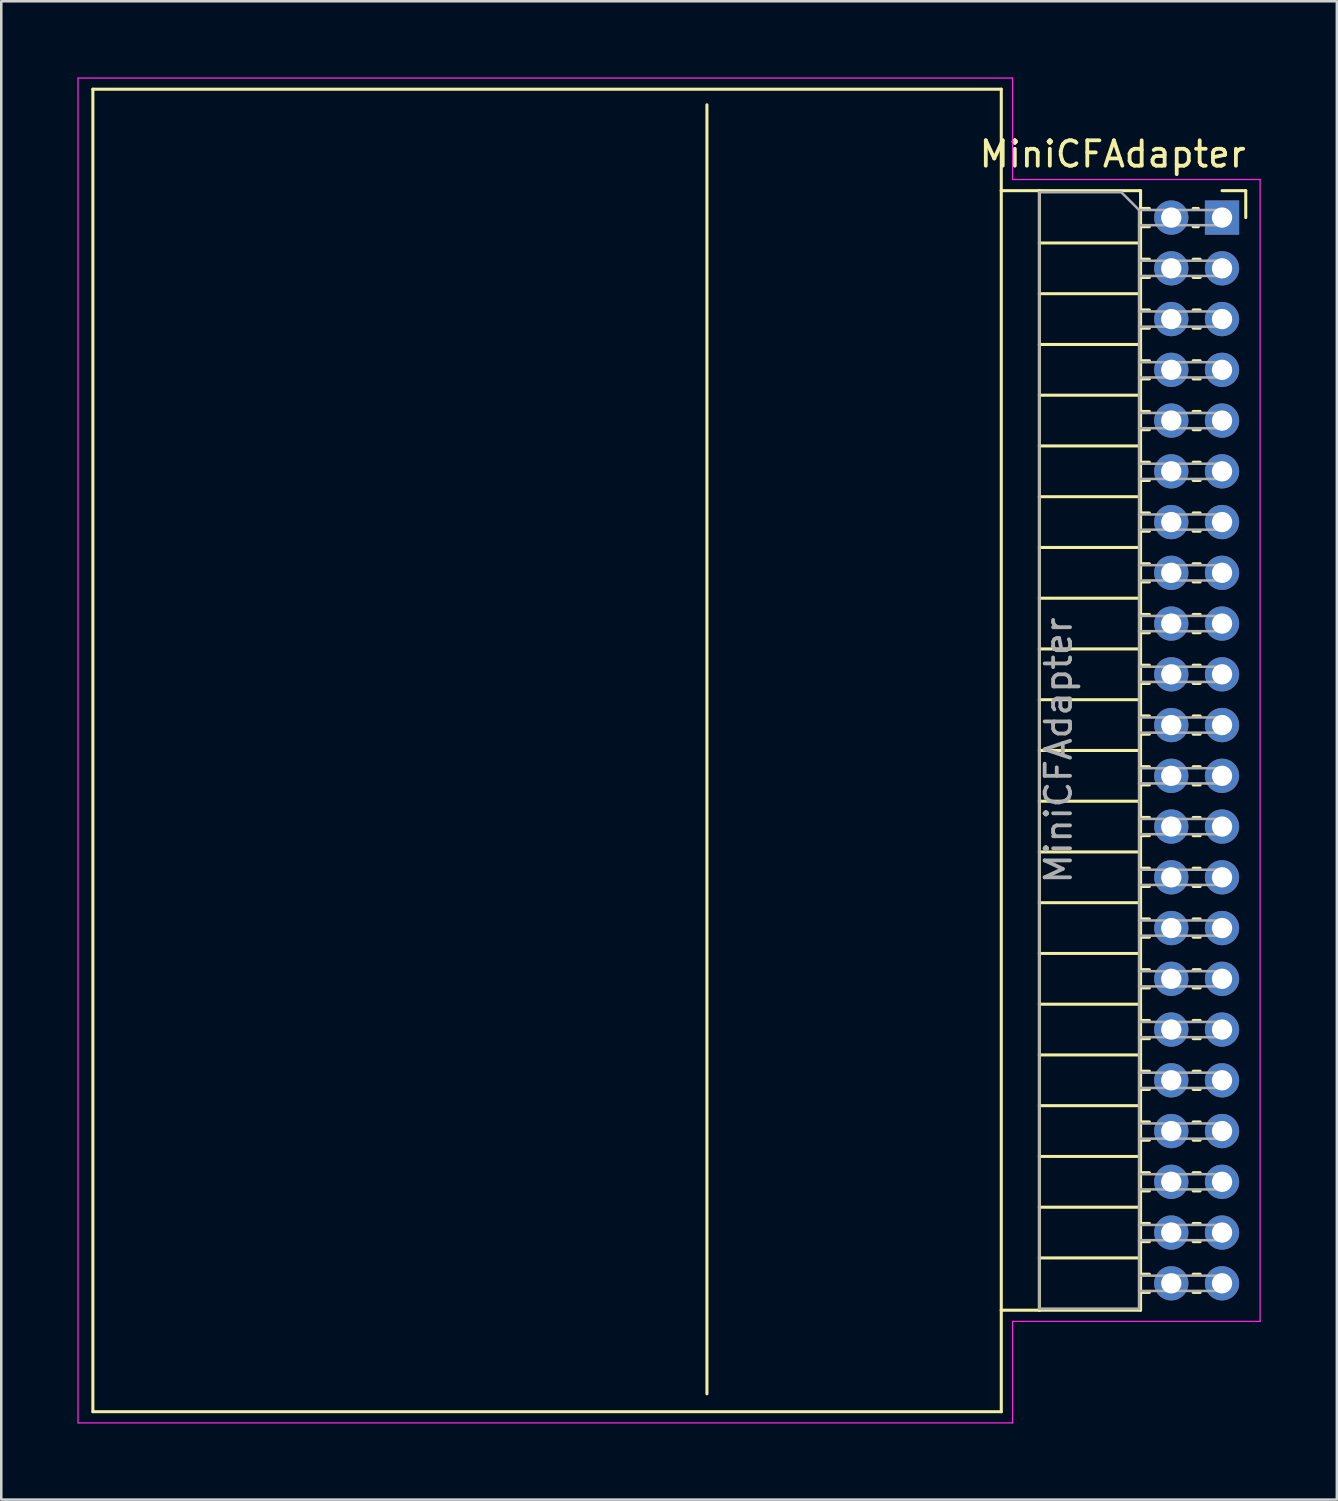
<source format=kicad_pcb>
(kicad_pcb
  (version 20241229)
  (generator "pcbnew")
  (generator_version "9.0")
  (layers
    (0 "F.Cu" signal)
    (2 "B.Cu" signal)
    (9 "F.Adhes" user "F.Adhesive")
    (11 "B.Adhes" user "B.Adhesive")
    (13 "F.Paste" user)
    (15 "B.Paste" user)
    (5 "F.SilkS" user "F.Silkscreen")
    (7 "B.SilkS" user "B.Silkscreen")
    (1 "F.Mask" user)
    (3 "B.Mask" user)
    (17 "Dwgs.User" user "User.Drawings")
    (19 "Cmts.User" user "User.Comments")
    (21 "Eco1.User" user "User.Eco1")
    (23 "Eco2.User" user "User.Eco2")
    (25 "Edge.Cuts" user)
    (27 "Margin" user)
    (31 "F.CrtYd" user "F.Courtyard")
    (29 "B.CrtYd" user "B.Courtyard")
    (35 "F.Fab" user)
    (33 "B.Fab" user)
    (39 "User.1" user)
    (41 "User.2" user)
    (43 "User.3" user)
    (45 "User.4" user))
  (footprint "MiniCFAdapter"
    (layer "F.Cu")
    (at 45.11 5.525)
    (property "Reference" "MiniCFAdapter" (at -4.31 -2.5 0) (layer "F.SilkS") (effects (font (size 1 1) (thickness 0.15))))
    (attr through_hole)
    (fp_line (start -44.5 47.06) (end -44.5 -5.06) (stroke (width 0.12) (type solid)) (layer "F.SilkS"))
    (fp_line (start -20.3 46.355) (end -20.3 -4.445) (stroke (width 0.12) (type solid)) (layer "F.SilkS"))
    (fp_line (start -8.7 -5.06) (end -44.5 -5.06) (stroke (width 0.12) (type solid)) (layer "F.SilkS"))
    (fp_line (start -8.7 -1.06) (end -8.7 -5.06) (stroke (width 0.12) (type solid)) (layer "F.SilkS"))
    (fp_line (start -8.7 -1.06) (end -8.7 43.06) (stroke (width 0.12) (type solid)) (layer "F.SilkS"))
    (fp_line (start -8.7 43.06) (end -8.7 47.06) (stroke (width 0.12) (type solid)) (layer "F.SilkS"))
    (fp_line (start -8.7 47.06) (end -44.5 47.06) (stroke (width 0.12) (type solid)) (layer "F.SilkS"))
    (fp_line (start -7.2 -1.06) (end -8.7 -1.06) (stroke (width 0.12) (type solid)) (layer "F.SilkS"))
    (fp_line (start -7.2 -1.06) (end -7.2 43.06) (stroke (width 0.12) (type solid)) (layer "F.SilkS"))
    (fp_line (start -7.2 -1.06) (end -3.21 -1.06) (stroke (width 0.12) (type solid)) (layer "F.SilkS"))
    (fp_line (start -7.2 1) (end -3.21 1) (stroke (width 0.12) (type solid)) (layer "F.SilkS"))
    (fp_line (start -7.2 3) (end -3.21 3) (stroke (width 0.12) (type solid)) (layer "F.SilkS"))
    (fp_line (start -7.2 5) (end -3.21 5) (stroke (width 0.12) (type solid)) (layer "F.SilkS"))
    (fp_line (start -7.2 7) (end -3.21 7) (stroke (width 0.12) (type solid)) (layer "F.SilkS"))
    (fp_line (start -7.2 9) (end -3.21 9) (stroke (width 0.12) (type solid)) (layer "F.SilkS"))
    (fp_line (start -7.2 11) (end -3.21 11) (stroke (width 0.12) (type solid)) (layer "F.SilkS"))
    (fp_line (start -7.2 13) (end -3.21 13) (stroke (width 0.12) (type solid)) (layer "F.SilkS"))
    (fp_line (start -7.2 15) (end -3.21 15) (stroke (width 0.12) (type solid)) (layer "F.SilkS"))
    (fp_line (start -7.2 17) (end -3.21 17) (stroke (width 0.12) (type solid)) (layer "F.SilkS"))
    (fp_line (start -7.2 19) (end -3.21 19) (stroke (width 0.12) (type solid)) (layer "F.SilkS"))
    (fp_line (start -7.2 21) (end -3.21 21) (stroke (width 0.12) (type solid)) (layer "F.SilkS"))
    (fp_line (start -7.2 23) (end -3.21 23) (stroke (width 0.12) (type solid)) (layer "F.SilkS"))
    (fp_line (start -7.2 25) (end -3.21 25) (stroke (width 0.12) (type solid)) (layer "F.SilkS"))
    (fp_line (start -7.2 27) (end -3.21 27) (stroke (width 0.12) (type solid)) (layer "F.SilkS"))
    (fp_line (start -7.2 29) (end -3.21 29) (stroke (width 0.12) (type solid)) (layer "F.SilkS"))
    (fp_line (start -7.2 31) (end -3.21 31) (stroke (width 0.12) (type solid)) (layer "F.SilkS"))
    (fp_line (start -7.2 33) (end -3.21 33) (stroke (width 0.12) (type solid)) (layer "F.SilkS"))
    (fp_line (start -7.2 35) (end -3.21 35) (stroke (width 0.12) (type solid)) (layer "F.SilkS"))
    (fp_line (start -7.2 37) (end -3.21 37) (stroke (width 0.12) (type solid)) (layer "F.SilkS"))
    (fp_line (start -7.2 39) (end -3.21 39) (stroke (width 0.12) (type solid)) (layer "F.SilkS"))
    (fp_line (start -7.2 41) (end -3.21 41) (stroke (width 0.12) (type solid)) (layer "F.SilkS"))
    (fp_line (start -7.2 43.06) (end -8.7 43.06) (stroke (width 0.12) (type solid)) (layer "F.SilkS"))
    (fp_line (start -7.2 43.06) (end -3.21 43.06) (stroke (width 0.12) (type solid)) (layer "F.SilkS"))
    (fp_line (start -3.21 -1.06) (end -3.21 43.06) (stroke (width 0.12) (type solid)) (layer "F.SilkS"))
    (fp_line (start -3.21 -0.36) (end -2.863 -0.36) (stroke (width 0.12) (type solid)) (layer "F.SilkS"))
    (fp_line (start -3.21 0.36) (end -2.863 0.36) (stroke (width 0.12) (type solid)) (layer "F.SilkS"))
    (fp_line (start -3.21 1.64) (end -2.863 1.64) (stroke (width 0.12) (type solid)) (layer "F.SilkS"))
    (fp_line (start -3.21 2.36) (end -2.863 2.36) (stroke (width 0.12) (type solid)) (layer "F.SilkS"))
    (fp_line (start -3.21 3.64) (end -2.863 3.64) (stroke (width 0.12) (type solid)) (layer "F.SilkS"))
    (fp_line (start -3.21 4.36) (end -2.863 4.36) (stroke (width 0.12) (type solid)) (layer "F.SilkS"))
    (fp_line (start -3.21 5.64) (end -2.863 5.64) (stroke (width 0.12) (type solid)) (layer "F.SilkS"))
    (fp_line (start -3.21 6.36) (end -2.863 6.36) (stroke (width 0.12) (type solid)) (layer "F.SilkS"))
    (fp_line (start -3.21 7.64) (end -2.863 7.64) (stroke (width 0.12) (type solid)) (layer "F.SilkS"))
    (fp_line (start -3.21 8.36) (end -2.863 8.36) (stroke (width 0.12) (type solid)) (layer "F.SilkS"))
    (fp_line (start -3.21 9.64) (end -2.863 9.64) (stroke (width 0.12) (type solid)) (layer "F.SilkS"))
    (fp_line (start -3.21 10.36) (end -2.863 10.36) (stroke (width 0.12) (type solid)) (layer "F.SilkS"))
    (fp_line (start -3.21 11.64) (end -2.863 11.64) (stroke (width 0.12) (type solid)) (layer "F.SilkS"))
    (fp_line (start -3.21 12.36) (end -2.863 12.36) (stroke (width 0.12) (type solid)) (layer "F.SilkS"))
    (fp_line (start -3.21 13.64) (end -2.863 13.64) (stroke (width 0.12) (type solid)) (layer "F.SilkS"))
    (fp_line (start -3.21 14.36) (end -2.863 14.36) (stroke (width 0.12) (type solid)) (layer "F.SilkS"))
    (fp_line (start -3.21 15.64) (end -2.863 15.64) (stroke (width 0.12) (type solid)) (layer "F.SilkS"))
    (fp_line (start -3.21 16.36) (end -2.863 16.36) (stroke (width 0.12) (type solid)) (layer "F.SilkS"))
    (fp_line (start -3.21 17.64) (end -2.863 17.64) (stroke (width 0.12) (type solid)) (layer "F.SilkS"))
    (fp_line (start -3.21 18.36) (end -2.863 18.36) (stroke (width 0.12) (type solid)) (layer "F.SilkS"))
    (fp_line (start -3.21 19.64) (end -2.863 19.64) (stroke (width 0.12) (type solid)) (layer "F.SilkS"))
    (fp_line (start -3.21 20.36) (end -2.863 20.36) (stroke (width 0.12) (type solid)) (layer "F.SilkS"))
    (fp_line (start -3.21 21.64) (end -2.863 21.64) (stroke (width 0.12) (type solid)) (layer "F.SilkS"))
    (fp_line (start -3.21 22.36) (end -2.863 22.36) (stroke (width 0.12) (type solid)) (layer "F.SilkS"))
    (fp_line (start -3.21 23.64) (end -2.863 23.64) (stroke (width 0.12) (type solid)) (layer "F.SilkS"))
    (fp_line (start -3.21 24.36) (end -2.863 24.36) (stroke (width 0.12) (type solid)) (layer "F.SilkS"))
    (fp_line (start -3.21 25.64) (end -2.863 25.64) (stroke (width 0.12) (type solid)) (layer "F.SilkS"))
    (fp_line (start -3.21 26.36) (end -2.863 26.36) (stroke (width 0.12) (type solid)) (layer "F.SilkS"))
    (fp_line (start -3.21 27.64) (end -2.863 27.64) (stroke (width 0.12) (type solid)) (layer "F.SilkS"))
    (fp_line (start -3.21 28.36) (end -2.863 28.36) (stroke (width 0.12) (type solid)) (layer "F.SilkS"))
    (fp_line (start -3.21 29.64) (end -2.863 29.64) (stroke (width 0.12) (type solid)) (layer "F.SilkS"))
    (fp_line (start -3.21 30.36) (end -2.863 30.36) (stroke (width 0.12) (type solid)) (layer "F.SilkS"))
    (fp_line (start -3.21 31.64) (end -2.863 31.64) (stroke (width 0.12) (type solid)) (layer "F.SilkS"))
    (fp_line (start -3.21 32.36) (end -2.863 32.36) (stroke (width 0.12) (type solid)) (layer "F.SilkS"))
    (fp_line (start -3.21 33.64) (end -2.863 33.64) (stroke (width 0.12) (type solid)) (layer "F.SilkS"))
    (fp_line (start -3.21 34.36) (end -2.863 34.36) (stroke (width 0.12) (type solid)) (layer "F.SilkS"))
    (fp_line (start -3.21 35.64) (end -2.863 35.64) (stroke (width 0.12) (type solid)) (layer "F.SilkS"))
    (fp_line (start -3.21 36.36) (end -2.863 36.36) (stroke (width 0.12) (type solid)) (layer "F.SilkS"))
    (fp_line (start -3.21 37.64) (end -2.863 37.64) (stroke (width 0.12) (type solid)) (layer "F.SilkS"))
    (fp_line (start -3.21 38.36) (end -2.863 38.36) (stroke (width 0.12) (type solid)) (layer "F.SilkS"))
    (fp_line (start -3.21 39.64) (end -2.863 39.64) (stroke (width 0.12) (type solid)) (layer "F.SilkS"))
    (fp_line (start -3.21 40.36) (end -2.863 40.36) (stroke (width 0.12) (type solid)) (layer "F.SilkS"))
    (fp_line (start -3.21 41.64) (end -2.863 41.64) (stroke (width 0.12) (type solid)) (layer "F.SilkS"))
    (fp_line (start -3.21 42.36) (end -2.863 42.36) (stroke (width 0.12) (type solid)) (layer "F.SilkS"))
    (fp_line (start -1.137 -0.36) (end -0.935 -0.36) (stroke (width 0.12) (type solid)) (layer "F.SilkS"))
    (fp_line (start -1.137 0.36) (end -0.935 0.36) (stroke (width 0.12) (type solid)) (layer "F.SilkS"))
    (fp_line (start -1.137 1.64) (end -0.863 1.64) (stroke (width 0.12) (type solid)) (layer "F.SilkS"))
    (fp_line (start -1.137 2.36) (end -0.863 2.36) (stroke (width 0.12) (type solid)) (layer "F.SilkS"))
    (fp_line (start -1.137 3.64) (end -0.863 3.64) (stroke (width 0.12) (type solid)) (layer "F.SilkS"))
    (fp_line (start -1.137 4.36) (end -0.863 4.36) (stroke (width 0.12) (type solid)) (layer "F.SilkS"))
    (fp_line (start -1.137 5.64) (end -0.863 5.64) (stroke (width 0.12) (type solid)) (layer "F.SilkS"))
    (fp_line (start -1.137 6.36) (end -0.863 6.36) (stroke (width 0.12) (type solid)) (layer "F.SilkS"))
    (fp_line (start -1.137 7.64) (end -0.863 7.64) (stroke (width 0.12) (type solid)) (layer "F.SilkS"))
    (fp_line (start -1.137 8.36) (end -0.863 8.36) (stroke (width 0.12) (type solid)) (layer "F.SilkS"))
    (fp_line (start -1.137 9.64) (end -0.863 9.64) (stroke (width 0.12) (type solid)) (layer "F.SilkS"))
    (fp_line (start -1.137 10.36) (end -0.863 10.36) (stroke (width 0.12) (type solid)) (layer "F.SilkS"))
    (fp_line (start -1.137 11.64) (end -0.863 11.64) (stroke (width 0.12) (type solid)) (layer "F.SilkS"))
    (fp_line (start -1.137 12.36) (end -0.863 12.36) (stroke (width 0.12) (type solid)) (layer "F.SilkS"))
    (fp_line (start -1.137 13.64) (end -0.863 13.64) (stroke (width 0.12) (type solid)) (layer "F.SilkS"))
    (fp_line (start -1.137 14.36) (end -0.863 14.36) (stroke (width 0.12) (type solid)) (layer "F.SilkS"))
    (fp_line (start -1.137 15.64) (end -0.863 15.64) (stroke (width 0.12) (type solid)) (layer "F.SilkS"))
    (fp_line (start -1.137 16.36) (end -0.863 16.36) (stroke (width 0.12) (type solid)) (layer "F.SilkS"))
    (fp_line (start -1.137 17.64) (end -0.863 17.64) (stroke (width 0.12) (type solid)) (layer "F.SilkS"))
    (fp_line (start -1.137 18.36) (end -0.863 18.36) (stroke (width 0.12) (type solid)) (layer "F.SilkS"))
    (fp_line (start -1.137 19.64) (end -0.863 19.64) (stroke (width 0.12) (type solid)) (layer "F.SilkS"))
    (fp_line (start -1.137 20.36) (end -0.863 20.36) (stroke (width 0.12) (type solid)) (layer "F.SilkS"))
    (fp_line (start -1.137 21.64) (end -0.863 21.64) (stroke (width 0.12) (type solid)) (layer "F.SilkS"))
    (fp_line (start -1.137 22.36) (end -0.863 22.36) (stroke (width 0.12) (type solid)) (layer "F.SilkS"))
    (fp_line (start -1.137 23.64) (end -0.863 23.64) (stroke (width 0.12) (type solid)) (layer "F.SilkS"))
    (fp_line (start -1.137 24.36) (end -0.863 24.36) (stroke (width 0.12) (type solid)) (layer "F.SilkS"))
    (fp_line (start -1.137 25.64) (end -0.863 25.64) (stroke (width 0.12) (type solid)) (layer "F.SilkS"))
    (fp_line (start -1.137 26.36) (end -0.863 26.36) (stroke (width 0.12) (type solid)) (layer "F.SilkS"))
    (fp_line (start -1.137 27.64) (end -0.863 27.64) (stroke (width 0.12) (type solid)) (layer "F.SilkS"))
    (fp_line (start -1.137 28.36) (end -0.863 28.36) (stroke (width 0.12) (type solid)) (layer "F.SilkS"))
    (fp_line (start -1.137 29.64) (end -0.863 29.64) (stroke (width 0.12) (type solid)) (layer "F.SilkS"))
    (fp_line (start -1.137 30.36) (end -0.863 30.36) (stroke (width 0.12) (type solid)) (layer "F.SilkS"))
    (fp_line (start -1.137 31.64) (end -0.863 31.64) (stroke (width 0.12) (type solid)) (layer "F.SilkS"))
    (fp_line (start -1.137 32.36) (end -0.863 32.36) (stroke (width 0.12) (type solid)) (layer "F.SilkS"))
    (fp_line (start -1.137 33.64) (end -0.863 33.64) (stroke (width 0.12) (type solid)) (layer "F.SilkS"))
    (fp_line (start -1.137 34.36) (end -0.863 34.36) (stroke (width 0.12) (type solid)) (layer "F.SilkS"))
    (fp_line (start -1.137 35.64) (end -0.863 35.64) (stroke (width 0.12) (type solid)) (layer "F.SilkS"))
    (fp_line (start -1.137 36.36) (end -0.863 36.36) (stroke (width 0.12) (type solid)) (layer "F.SilkS"))
    (fp_line (start -1.137 37.64) (end -0.863 37.64) (stroke (width 0.12) (type solid)) (layer "F.SilkS"))
    (fp_line (start -1.137 38.36) (end -0.863 38.36) (stroke (width 0.12) (type solid)) (layer "F.SilkS"))
    (fp_line (start -1.137 39.64) (end -0.863 39.64) (stroke (width 0.12) (type solid)) (layer "F.SilkS"))
    (fp_line (start -1.137 40.36) (end -0.863 40.36) (stroke (width 0.12) (type solid)) (layer "F.SilkS"))
    (fp_line (start -1.137 41.64) (end -0.863 41.64) (stroke (width 0.12) (type solid)) (layer "F.SilkS"))
    (fp_line (start -1.137 42.36) (end -0.863 42.36) (stroke (width 0.12) (type solid)) (layer "F.SilkS"))
    (fp_line (start 0 -1.06) (end 0.935 -1.06) (stroke (width 0.12) (type solid)) (layer "F.SilkS"))
    (fp_line (start 0.935 -1.06) (end 0.935 0) (stroke (width 0.12) (type solid)) (layer "F.SilkS"))
    (fp_line (start -45.085 -5.5) (end -45.085 47.5) (stroke (width 0.05) (type solid)) (layer "F.CrtYd"))
    (fp_line (start -45.085 47.5) (end -8.255 47.5) (stroke (width 0.05) (type solid)) (layer "F.CrtYd"))
    (fp_line (start -8.255 -5.5) (end -45.085 -5.5) (stroke (width 0.05) (type solid)) (layer "F.CrtYd"))
    (fp_line (start -8.255 -1.5) (end -8.255 -5.5) (stroke (width 0.05) (type solid)) (layer "F.CrtYd"))
    (fp_line (start -8.255 43.5) (end -8.255 47.5) (stroke (width 0.05) (type solid)) (layer "F.CrtYd"))
    (fp_line (start -8.255 43.5) (end 1.5 43.5) (stroke (width 0.05) (type solid)) (layer "F.CrtYd"))
    (fp_line (start 1.5 -1.5) (end -8.255 -1.5) (stroke (width 0.05) (type solid)) (layer "F.CrtYd"))
    (fp_line (start 1.5 43.5) (end 1.5 -1.5) (stroke (width 0.05) (type solid)) (layer "F.CrtYd"))
    (fp_line (start -7.2 -1) (end -3.97 -1) (stroke (width 0.1) (type solid)) (layer "F.Fab"))
    (fp_line (start -7.2 43) (end -7.2 -1) (stroke (width 0.1) (type solid)) (layer "F.Fab"))
    (fp_line (start -3.97 -1) (end -3.27 -0.3) (stroke (width 0.1) (type solid)) (layer "F.Fab"))
    (fp_line (start -3.27 -0.3) (end -3.27 43) (stroke (width 0.1) (type solid)) (layer "F.Fab"))
    (fp_line (start -3.27 0.3) (end 0 0.3) (stroke (width 0.1) (type solid)) (layer "F.Fab"))
    (fp_line (start -3.27 2.3) (end 0 2.3) (stroke (width 0.1) (type solid)) (layer "F.Fab"))
    (fp_line (start -3.27 4.3) (end 0 4.3) (stroke (width 0.1) (type solid)) (layer "F.Fab"))
    (fp_line (start -3.27 6.3) (end 0 6.3) (stroke (width 0.1) (type solid)) (layer "F.Fab"))
    (fp_line (start -3.27 8.3) (end 0 8.3) (stroke (width 0.1) (type solid)) (layer "F.Fab"))
    (fp_line (start -3.27 10.3) (end 0 10.3) (stroke (width 0.1) (type solid)) (layer "F.Fab"))
    (fp_line (start -3.27 12.3) (end 0 12.3) (stroke (width 0.1) (type solid)) (layer "F.Fab"))
    (fp_line (start -3.27 14.3) (end 0 14.3) (stroke (width 0.1) (type solid)) (layer "F.Fab"))
    (fp_line (start -3.27 16.3) (end 0 16.3) (stroke (width 0.1) (type solid)) (layer "F.Fab"))
    (fp_line (start -3.27 18.3) (end 0 18.3) (stroke (width 0.1) (type solid)) (layer "F.Fab"))
    (fp_line (start -3.27 20.3) (end 0 20.3) (stroke (width 0.1) (type solid)) (layer "F.Fab"))
    (fp_line (start -3.27 22.3) (end 0 22.3) (stroke (width 0.1) (type solid)) (layer "F.Fab"))
    (fp_line (start -3.27 24.3) (end 0 24.3) (stroke (width 0.1) (type solid)) (layer "F.Fab"))
    (fp_line (start -3.27 26.3) (end 0 26.3) (stroke (width 0.1) (type solid)) (layer "F.Fab"))
    (fp_line (start -3.27 28.3) (end 0 28.3) (stroke (width 0.1) (type solid)) (layer "F.Fab"))
    (fp_line (start -3.27 30.3) (end 0 30.3) (stroke (width 0.1) (type solid)) (layer "F.Fab"))
    (fp_line (start -3.27 32.3) (end 0 32.3) (stroke (width 0.1) (type solid)) (layer "F.Fab"))
    (fp_line (start -3.27 34.3) (end 0 34.3) (stroke (width 0.1) (type solid)) (layer "F.Fab"))
    (fp_line (start -3.27 36.3) (end 0 36.3) (stroke (width 0.1) (type solid)) (layer "F.Fab"))
    (fp_line (start -3.27 38.3) (end 0 38.3) (stroke (width 0.1) (type solid)) (layer "F.Fab"))
    (fp_line (start -3.27 40.3) (end 0 40.3) (stroke (width 0.1) (type solid)) (layer "F.Fab"))
    (fp_line (start -3.27 42.3) (end 0 42.3) (stroke (width 0.1) (type solid)) (layer "F.Fab"))
    (fp_line (start -3.27 43) (end -7.2 43) (stroke (width 0.1) (type solid)) (layer "F.Fab"))
    (fp_line (start 0 -0.3) (end -3.27 -0.3) (stroke (width 0.1) (type solid)) (layer "F.Fab"))
    (fp_line (start 0 0.3) (end 0 -0.3) (stroke (width 0.1) (type solid)) (layer "F.Fab"))
    (fp_line (start 0 1.7) (end -3.27 1.7) (stroke (width 0.1) (type solid)) (layer "F.Fab"))
    (fp_line (start 0 2.3) (end 0 1.7) (stroke (width 0.1) (type solid)) (layer "F.Fab"))
    (fp_line (start 0 3.7) (end -3.27 3.7) (stroke (width 0.1) (type solid)) (layer "F.Fab"))
    (fp_line (start 0 4.3) (end 0 3.7) (stroke (width 0.1) (type solid)) (layer "F.Fab"))
    (fp_line (start 0 5.7) (end -3.27 5.7) (stroke (width 0.1) (type solid)) (layer "F.Fab"))
    (fp_line (start 0 6.3) (end 0 5.7) (stroke (width 0.1) (type solid)) (layer "F.Fab"))
    (fp_line (start 0 7.7) (end -3.27 7.7) (stroke (width 0.1) (type solid)) (layer "F.Fab"))
    (fp_line (start 0 8.3) (end 0 7.7) (stroke (width 0.1) (type solid)) (layer "F.Fab"))
    (fp_line (start 0 9.7) (end -3.27 9.7) (stroke (width 0.1) (type solid)) (layer "F.Fab"))
    (fp_line (start 0 10.3) (end 0 9.7) (stroke (width 0.1) (type solid)) (layer "F.Fab"))
    (fp_line (start 0 11.7) (end -3.27 11.7) (stroke (width 0.1) (type solid)) (layer "F.Fab"))
    (fp_line (start 0 12.3) (end 0 11.7) (stroke (width 0.1) (type solid)) (layer "F.Fab"))
    (fp_line (start 0 13.7) (end -3.27 13.7) (stroke (width 0.1) (type solid)) (layer "F.Fab"))
    (fp_line (start 0 14.3) (end 0 13.7) (stroke (width 0.1) (type solid)) (layer "F.Fab"))
    (fp_line (start 0 15.7) (end -3.27 15.7) (stroke (width 0.1) (type solid)) (layer "F.Fab"))
    (fp_line (start 0 16.3) (end 0 15.7) (stroke (width 0.1) (type solid)) (layer "F.Fab"))
    (fp_line (start 0 17.7) (end -3.27 17.7) (stroke (width 0.1) (type solid)) (layer "F.Fab"))
    (fp_line (start 0 18.3) (end 0 17.7) (stroke (width 0.1) (type solid)) (layer "F.Fab"))
    (fp_line (start 0 19.7) (end -3.27 19.7) (stroke (width 0.1) (type solid)) (layer "F.Fab"))
    (fp_line (start 0 20.3) (end 0 19.7) (stroke (width 0.1) (type solid)) (layer "F.Fab"))
    (fp_line (start 0 21.7) (end -3.27 21.7) (stroke (width 0.1) (type solid)) (layer "F.Fab"))
    (fp_line (start 0 22.3) (end 0 21.7) (stroke (width 0.1) (type solid)) (layer "F.Fab"))
    (fp_line (start 0 23.7) (end -3.27 23.7) (stroke (width 0.1) (type solid)) (layer "F.Fab"))
    (fp_line (start 0 24.3) (end 0 23.7) (stroke (width 0.1) (type solid)) (layer "F.Fab"))
    (fp_line (start 0 25.7) (end -3.27 25.7) (stroke (width 0.1) (type solid)) (layer "F.Fab"))
    (fp_line (start 0 26.3) (end 0 25.7) (stroke (width 0.1) (type solid)) (layer "F.Fab"))
    (fp_line (start 0 27.7) (end -3.27 27.7) (stroke (width 0.1) (type solid)) (layer "F.Fab"))
    (fp_line (start 0 28.3) (end 0 27.7) (stroke (width 0.1) (type solid)) (layer "F.Fab"))
    (fp_line (start 0 29.7) (end -3.27 29.7) (stroke (width 0.1) (type solid)) (layer "F.Fab"))
    (fp_line (start 0 30.3) (end 0 29.7) (stroke (width 0.1) (type solid)) (layer "F.Fab"))
    (fp_line (start 0 31.7) (end -3.27 31.7) (stroke (width 0.1) (type solid)) (layer "F.Fab"))
    (fp_line (start 0 32.3) (end 0 31.7) (stroke (width 0.1) (type solid)) (layer "F.Fab"))
    (fp_line (start 0 33.7) (end -3.27 33.7) (stroke (width 0.1) (type solid)) (layer "F.Fab"))
    (fp_line (start 0 34.3) (end 0 33.7) (stroke (width 0.1) (type solid)) (layer "F.Fab"))
    (fp_line (start 0 35.7) (end -3.27 35.7) (stroke (width 0.1) (type solid)) (layer "F.Fab"))
    (fp_line (start 0 36.3) (end 0 35.7) (stroke (width 0.1) (type solid)) (layer "F.Fab"))
    (fp_line (start 0 37.7) (end -3.27 37.7) (stroke (width 0.1) (type solid)) (layer "F.Fab"))
    (fp_line (start 0 38.3) (end 0 37.7) (stroke (width 0.1) (type solid)) (layer "F.Fab"))
    (fp_line (start 0 39.7) (end -3.27 39.7) (stroke (width 0.1) (type solid)) (layer "F.Fab"))
    (fp_line (start 0 40.3) (end 0 39.7) (stroke (width 0.1) (type solid)) (layer "F.Fab"))
    (fp_line (start 0 41.7) (end -3.27 41.7) (stroke (width 0.1) (type solid)) (layer "F.Fab"))
    (fp_line (start 0 42.3) (end 0 41.7) (stroke (width 0.1) (type solid)) (layer "F.Fab"))
    (fp_text user "${REFERENCE}" (at -6.445 21 90) (layer "F.Fab") (effects (font (size 1 1) (thickness 0.15))))
    (pad "1" thru_hole rect (at 0 0) (size 1.35 1.35) (drill 0.8) (layers "*.Cu" "*.Mask"))
    (pad "2" thru_hole oval (at -2 0) (size 1.35 1.35) (drill 0.8) (layers "*.Cu" "*.Mask"))
    (pad "3" thru_hole oval (at 0 2) (size 1.35 1.35) (drill 0.8) (layers "*.Cu" "*.Mask"))
    (pad "4" thru_hole oval (at -2 2) (size 1.35 1.35) (drill 0.8) (layers "*.Cu" "*.Mask"))
    (pad "5" thru_hole oval (at 0 4) (size 1.35 1.35) (drill 0.8) (layers "*.Cu" "*.Mask"))
    (pad "6" thru_hole oval (at -2 4) (size 1.35 1.35) (drill 0.8) (layers "*.Cu" "*.Mask"))
    (pad "7" thru_hole oval (at 0 6) (size 1.35 1.35) (drill 0.8) (layers "*.Cu" "*.Mask"))
    (pad "8" thru_hole oval (at -2 6) (size 1.35 1.35) (drill 0.8) (layers "*.Cu" "*.Mask"))
    (pad "9" thru_hole oval (at 0 8) (size 1.35 1.35) (drill 0.8) (layers "*.Cu" "*.Mask"))
    (pad "10" thru_hole oval (at -2 8) (size 1.35 1.35) (drill 0.8) (layers "*.Cu" "*.Mask"))
    (pad "11" thru_hole oval (at 0 10) (size 1.35 1.35) (drill 0.8) (layers "*.Cu" "*.Mask"))
    (pad "12" thru_hole oval (at -2 10) (size 1.35 1.35) (drill 0.8) (layers "*.Cu" "*.Mask"))
    (pad "13" thru_hole oval (at 0 12) (size 1.35 1.35) (drill 0.8) (layers "*.Cu" "*.Mask"))
    (pad "14" thru_hole oval (at -2 12) (size 1.35 1.35) (drill 0.8) (layers "*.Cu" "*.Mask"))
    (pad "15" thru_hole oval (at 0 14) (size 1.35 1.35) (drill 0.8) (layers "*.Cu" "*.Mask"))
    (pad "16" thru_hole oval (at -2 14) (size 1.35 1.35) (drill 0.8) (layers "*.Cu" "*.Mask"))
    (pad "17" thru_hole oval (at 0 16) (size 1.35 1.35) (drill 0.8) (layers "*.Cu" "*.Mask"))
    (pad "18" thru_hole oval (at -2 16) (size 1.35 1.35) (drill 0.8) (layers "*.Cu" "*.Mask"))
    (pad "19" thru_hole oval (at 0 18) (size 1.35 1.35) (drill 0.8) (layers "*.Cu" "*.Mask"))
    (pad "20" thru_hole oval (at -2 18) (size 1.35 1.35) (drill 0.8) (layers "*.Cu" "*.Mask"))
    (pad "21" thru_hole oval (at 0 20) (size 1.35 1.35) (drill 0.8) (layers "*.Cu" "*.Mask"))
    (pad "22" thru_hole oval (at -2 20) (size 1.35 1.35) (drill 0.8) (layers "*.Cu" "*.Mask"))
    (pad "23" thru_hole oval (at 0 22) (size 1.35 1.35) (drill 0.8) (layers "*.Cu" "*.Mask"))
    (pad "24" thru_hole oval (at -2 22) (size 1.35 1.35) (drill 0.8) (layers "*.Cu" "*.Mask"))
    (pad "25" thru_hole oval (at 0 24) (size 1.35 1.35) (drill 0.8) (layers "*.Cu" "*.Mask"))
    (pad "26" thru_hole oval (at -2 24) (size 1.35 1.35) (drill 0.8) (layers "*.Cu" "*.Mask"))
    (pad "27" thru_hole oval (at 0 26) (size 1.35 1.35) (drill 0.8) (layers "*.Cu" "*.Mask"))
    (pad "28" thru_hole oval (at -2 26) (size 1.35 1.35) (drill 0.8) (layers "*.Cu" "*.Mask"))
    (pad "29" thru_hole oval (at 0 28) (size 1.35 1.35) (drill 0.8) (layers "*.Cu" "*.Mask"))
    (pad "30" thru_hole oval (at -2 28) (size 1.35 1.35) (drill 0.8) (layers "*.Cu" "*.Mask"))
    (pad "31" thru_hole oval (at 0 30) (size 1.35 1.35) (drill 0.8) (layers "*.Cu" "*.Mask"))
    (pad "32" thru_hole oval (at -2 30) (size 1.35 1.35) (drill 0.8) (layers "*.Cu" "*.Mask"))
    (pad "33" thru_hole oval (at 0 32) (size 1.35 1.35) (drill 0.8) (layers "*.Cu" "*.Mask"))
    (pad "34" thru_hole oval (at -2 32) (size 1.35 1.35) (drill 0.8) (layers "*.Cu" "*.Mask"))
    (pad "35" thru_hole oval (at 0 34) (size 1.35 1.35) (drill 0.8) (layers "*.Cu" "*.Mask"))
    (pad "36" thru_hole oval (at -2 34) (size 1.35 1.35) (drill 0.8) (layers "*.Cu" "*.Mask"))
    (pad "37" thru_hole oval (at 0 36) (size 1.35 1.35) (drill 0.8) (layers "*.Cu" "*.Mask"))
    (pad "38" thru_hole oval (at -2 36) (size 1.35 1.35) (drill 0.8) (layers "*.Cu" "*.Mask"))
    (pad "39" thru_hole oval (at 0 38) (size 1.35 1.35) (drill 0.8) (layers "*.Cu" "*.Mask"))
    (pad "40" thru_hole oval (at -2 38) (size 1.35 1.35) (drill 0.8) (layers "*.Cu" "*.Mask"))
    (pad "41" thru_hole oval (at 0 40) (size 1.35 1.35) (drill 0.8) (layers "*.Cu" "*.Mask"))
    (pad "42" thru_hole oval (at -2 40) (size 1.35 1.35) (drill 0.8) (layers "*.Cu" "*.Mask"))
    (pad "43" thru_hole oval (at 0 42) (size 1.35 1.35) (drill 0.8) (layers "*.Cu" "*.Mask"))
    (pad "44" thru_hole oval (at -2 42) (size 1.35 1.35) (drill 0.8) (layers "*.Cu" "*.Mask")))
  (gr_rect
    (start -3 -3)
    (end 49.635 56.05)
    (stroke (width 0.1) (type default))
    (fill no)
    (layer "Edge.Cuts")))
</source>
